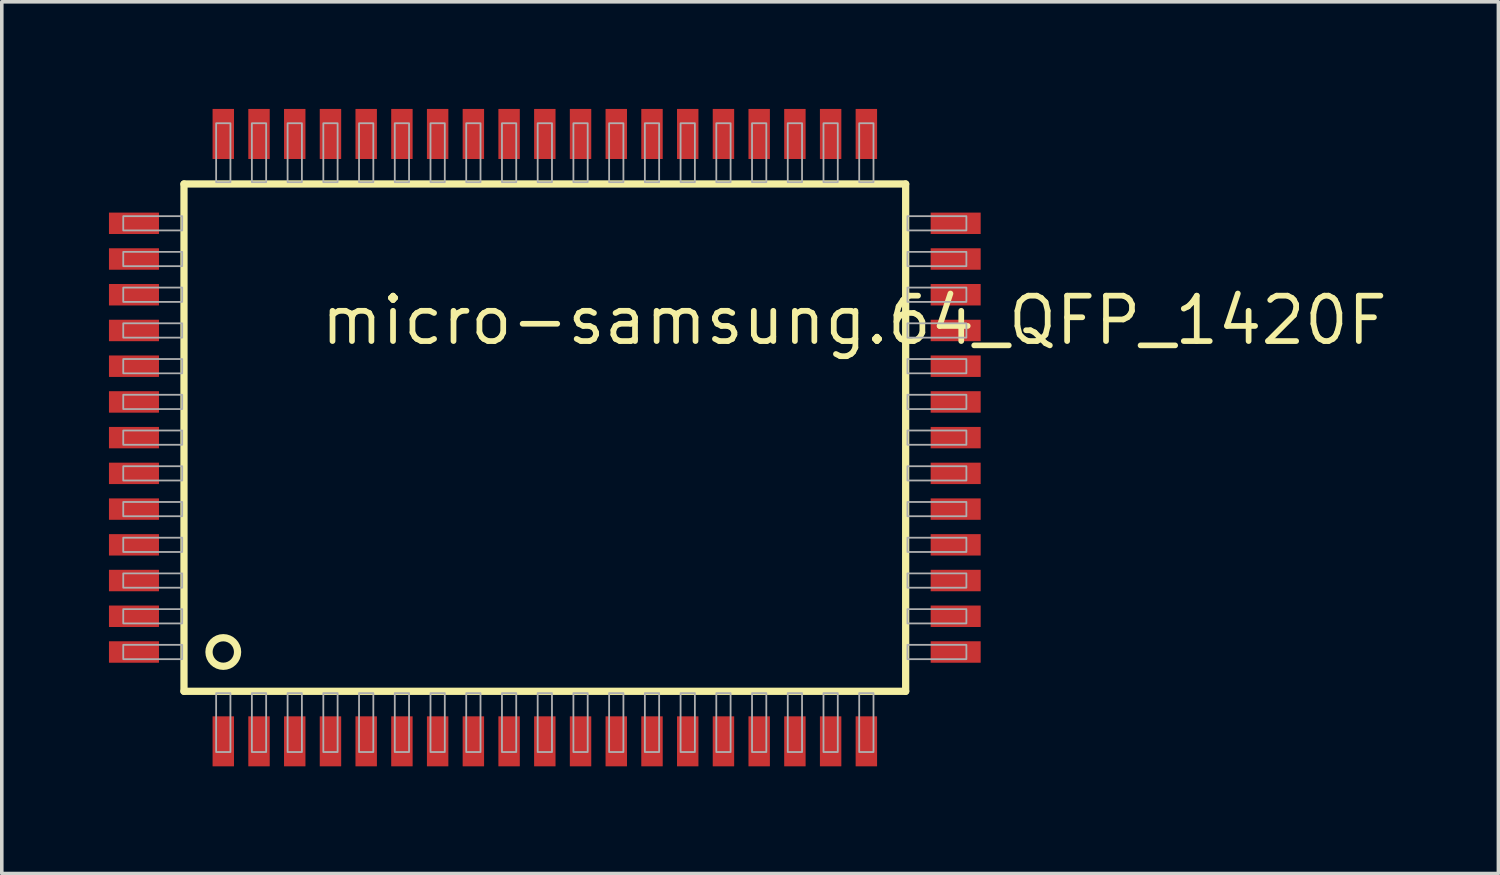
<source format=kicad_pcb>
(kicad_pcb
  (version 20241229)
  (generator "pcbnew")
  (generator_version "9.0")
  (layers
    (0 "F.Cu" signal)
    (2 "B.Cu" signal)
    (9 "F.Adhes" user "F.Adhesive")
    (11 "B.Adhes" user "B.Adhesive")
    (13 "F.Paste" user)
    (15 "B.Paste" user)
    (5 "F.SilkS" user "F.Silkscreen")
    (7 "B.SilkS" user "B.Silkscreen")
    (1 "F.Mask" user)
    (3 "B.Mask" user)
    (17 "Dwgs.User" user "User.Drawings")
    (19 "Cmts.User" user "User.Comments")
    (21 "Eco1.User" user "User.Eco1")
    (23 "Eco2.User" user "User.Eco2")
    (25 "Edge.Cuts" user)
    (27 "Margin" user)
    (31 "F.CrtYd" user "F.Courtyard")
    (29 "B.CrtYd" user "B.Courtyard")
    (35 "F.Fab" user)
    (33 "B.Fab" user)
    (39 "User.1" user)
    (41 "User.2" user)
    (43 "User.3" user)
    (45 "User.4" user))
  (footprint "micro-samsung.64_QFP_1420F"
    (layer "F.Cu")
    (at 12.2 9.2)
    (property "Reference" "micro-samsung.64_QFP_1420F" (at -6.35 -2.54 0) (layer "F.SilkS") (effects (font (size 1.27 1.27) (thickness 0.16)) (justify left bottom)))
    (attr smd)
    (fp_line (start -10.1 -7.1) (end 10.1 -7.1) (stroke (width 0.203) (type default)) (layer "F.SilkS"))
    (fp_line (start -10.1 7.1) (end -10.1 -7.1) (stroke (width 0.203) (type default)) (layer "F.SilkS"))
    (fp_line (start 10.1 -7.1) (end 10.1 7.1) (stroke (width 0.203) (type default)) (layer "F.SilkS"))
    (fp_line (start 10.1 7.1) (end -10.1 7.1) (stroke (width 0.203) (type default)) (layer "F.SilkS"))
    (fp_circle (center -9 6) (end -8.6 6) (stroke (width 0.203) (type default)) (fill no) (layer "F.SilkS"))
    (fp_rect (start -11.8 -5.8) (end -10.15 -6.2) (stroke (width 0.05) (type default)) (fill no) (layer "F.Fab"))
    (fp_rect (start -11.8 -4.8) (end -10.15 -5.2) (stroke (width 0.05) (type default)) (fill no) (layer "F.Fab"))
    (fp_rect (start -11.8 -3.8) (end -10.15 -4.2) (stroke (width 0.05) (type default)) (fill no) (layer "F.Fab"))
    (fp_rect (start -11.8 -2.8) (end -10.15 -3.2) (stroke (width 0.05) (type default)) (fill no) (layer "F.Fab"))
    (fp_rect (start -11.8 -1.8) (end -10.15 -2.2) (stroke (width 0.05) (type default)) (fill no) (layer "F.Fab"))
    (fp_rect (start -11.8 -0.8) (end -10.15 -1.2) (stroke (width 0.05) (type default)) (fill no) (layer "F.Fab"))
    (fp_rect (start -11.8 0.2) (end -10.15 -0.2) (stroke (width 0.05) (type default)) (fill no) (layer "F.Fab"))
    (fp_rect (start -11.8 1.2) (end -10.15 0.8) (stroke (width 0.05) (type default)) (fill no) (layer "F.Fab"))
    (fp_rect (start -11.8 2.2) (end -10.15 1.8) (stroke (width 0.05) (type default)) (fill no) (layer "F.Fab"))
    (fp_rect (start -11.8 3.2) (end -10.15 2.8) (stroke (width 0.05) (type default)) (fill no) (layer "F.Fab"))
    (fp_rect (start -11.8 4.2) (end -10.15 3.8) (stroke (width 0.05) (type default)) (fill no) (layer "F.Fab"))
    (fp_rect (start -11.8 5.2) (end -10.15 4.8) (stroke (width 0.05) (type default)) (fill no) (layer "F.Fab"))
    (fp_rect (start -11.8 6.2) (end -10.15 5.8) (stroke (width 0.05) (type default)) (fill no) (layer "F.Fab"))
    (fp_rect (start -9.2 -7.15) (end -8.8 -8.8) (stroke (width 0.05) (type default)) (fill no) (layer "F.Fab"))
    (fp_rect (start -9.2 8.8) (end -8.8 7.15) (stroke (width 0.05) (type default)) (fill no) (layer "F.Fab"))
    (fp_rect (start -8.2 -7.15) (end -7.8 -8.8) (stroke (width 0.05) (type default)) (fill no) (layer "F.Fab"))
    (fp_rect (start -8.2 8.8) (end -7.8 7.15) (stroke (width 0.05) (type default)) (fill no) (layer "F.Fab"))
    (fp_rect (start -7.2 -7.15) (end -6.8 -8.8) (stroke (width 0.05) (type default)) (fill no) (layer "F.Fab"))
    (fp_rect (start -7.2 8.8) (end -6.8 7.15) (stroke (width 0.05) (type default)) (fill no) (layer "F.Fab"))
    (fp_rect (start -6.2 -7.15) (end -5.8 -8.8) (stroke (width 0.05) (type default)) (fill no) (layer "F.Fab"))
    (fp_rect (start -6.2 8.8) (end -5.8 7.15) (stroke (width 0.05) (type default)) (fill no) (layer "F.Fab"))
    (fp_rect (start -5.2 -7.15) (end -4.8 -8.8) (stroke (width 0.05) (type default)) (fill no) (layer "F.Fab"))
    (fp_rect (start -5.2 8.8) (end -4.8 7.15) (stroke (width 0.05) (type default)) (fill no) (layer "F.Fab"))
    (fp_rect (start -4.2 -7.15) (end -3.8 -8.8) (stroke (width 0.05) (type default)) (fill no) (layer "F.Fab"))
    (fp_rect (start -4.2 8.8) (end -3.8 7.15) (stroke (width 0.05) (type default)) (fill no) (layer "F.Fab"))
    (fp_rect (start -3.2 -7.15) (end -2.8 -8.8) (stroke (width 0.05) (type default)) (fill no) (layer "F.Fab"))
    (fp_rect (start -3.2 8.8) (end -2.8 7.15) (stroke (width 0.05) (type default)) (fill no) (layer "F.Fab"))
    (fp_rect (start -2.2 -7.15) (end -1.8 -8.8) (stroke (width 0.05) (type default)) (fill no) (layer "F.Fab"))
    (fp_rect (start -2.2 8.8) (end -1.8 7.15) (stroke (width 0.05) (type default)) (fill no) (layer "F.Fab"))
    (fp_rect (start -1.2 -7.15) (end -0.8 -8.8) (stroke (width 0.05) (type default)) (fill no) (layer "F.Fab"))
    (fp_rect (start -1.2 8.8) (end -0.8 7.15) (stroke (width 0.05) (type default)) (fill no) (layer "F.Fab"))
    (fp_rect (start -0.2 -7.15) (end 0.2 -8.8) (stroke (width 0.05) (type default)) (fill no) (layer "F.Fab"))
    (fp_rect (start -0.2 8.8) (end 0.2 7.15) (stroke (width 0.05) (type default)) (fill no) (layer "F.Fab"))
    (fp_rect (start 0.8 -7.15) (end 1.2 -8.8) (stroke (width 0.05) (type default)) (fill no) (layer "F.Fab"))
    (fp_rect (start 0.8 8.8) (end 1.2 7.15) (stroke (width 0.05) (type default)) (fill no) (layer "F.Fab"))
    (fp_rect (start 1.8 -7.15) (end 2.2 -8.8) (stroke (width 0.05) (type default)) (fill no) (layer "F.Fab"))
    (fp_rect (start 1.8 8.8) (end 2.2 7.15) (stroke (width 0.05) (type default)) (fill no) (layer "F.Fab"))
    (fp_rect (start 2.8 -7.15) (end 3.2 -8.8) (stroke (width 0.05) (type default)) (fill no) (layer "F.Fab"))
    (fp_rect (start 2.8 8.8) (end 3.2 7.15) (stroke (width 0.05) (type default)) (fill no) (layer "F.Fab"))
    (fp_rect (start 3.8 -7.15) (end 4.2 -8.8) (stroke (width 0.05) (type default)) (fill no) (layer "F.Fab"))
    (fp_rect (start 3.8 8.8) (end 4.2 7.15) (stroke (width 0.05) (type default)) (fill no) (layer "F.Fab"))
    (fp_rect (start 4.8 -7.15) (end 5.2 -8.8) (stroke (width 0.05) (type default)) (fill no) (layer "F.Fab"))
    (fp_rect (start 4.8 8.8) (end 5.2 7.15) (stroke (width 0.05) (type default)) (fill no) (layer "F.Fab"))
    (fp_rect (start 5.8 -7.15) (end 6.2 -8.8) (stroke (width 0.05) (type default)) (fill no) (layer "F.Fab"))
    (fp_rect (start 5.8 8.8) (end 6.2 7.15) (stroke (width 0.05) (type default)) (fill no) (layer "F.Fab"))
    (fp_rect (start 6.8 -7.15) (end 7.2 -8.8) (stroke (width 0.05) (type default)) (fill no) (layer "F.Fab"))
    (fp_rect (start 6.8 8.8) (end 7.2 7.15) (stroke (width 0.05) (type default)) (fill no) (layer "F.Fab"))
    (fp_rect (start 7.8 -7.15) (end 8.2 -8.8) (stroke (width 0.05) (type default)) (fill no) (layer "F.Fab"))
    (fp_rect (start 7.8 8.8) (end 8.2 7.15) (stroke (width 0.05) (type default)) (fill no) (layer "F.Fab"))
    (fp_rect (start 8.8 -7.15) (end 9.2 -8.8) (stroke (width 0.05) (type default)) (fill no) (layer "F.Fab"))
    (fp_rect (start 8.8 8.8) (end 9.2 7.15) (stroke (width 0.05) (type default)) (fill no) (layer "F.Fab"))
    (fp_rect (start 10.15 -5.8) (end 11.8 -6.2) (stroke (width 0.05) (type default)) (fill no) (layer "F.Fab"))
    (fp_rect (start 10.15 -4.8) (end 11.8 -5.2) (stroke (width 0.05) (type default)) (fill no) (layer "F.Fab"))
    (fp_rect (start 10.15 -3.8) (end 11.8 -4.2) (stroke (width 0.05) (type default)) (fill no) (layer "F.Fab"))
    (fp_rect (start 10.15 -2.8) (end 11.8 -3.2) (stroke (width 0.05) (type default)) (fill no) (layer "F.Fab"))
    (fp_rect (start 10.15 -1.8) (end 11.8 -2.2) (stroke (width 0.05) (type default)) (fill no) (layer "F.Fab"))
    (fp_rect (start 10.15 -0.8) (end 11.8 -1.2) (stroke (width 0.05) (type default)) (fill no) (layer "F.Fab"))
    (fp_rect (start 10.15 0.2) (end 11.8 -0.2) (stroke (width 0.05) (type default)) (fill no) (layer "F.Fab"))
    (fp_rect (start 10.15 1.2) (end 11.8 0.8) (stroke (width 0.05) (type default)) (fill no) (layer "F.Fab"))
    (fp_rect (start 10.15 2.2) (end 11.8 1.8) (stroke (width 0.05) (type default)) (fill no) (layer "F.Fab"))
    (fp_rect (start 10.15 3.2) (end 11.8 2.8) (stroke (width 0.05) (type default)) (fill no) (layer "F.Fab"))
    (fp_rect (start 10.15 4.2) (end 11.8 3.8) (stroke (width 0.05) (type default)) (fill no) (layer "F.Fab"))
    (fp_rect (start 10.15 5.2) (end 11.8 4.8) (stroke (width 0.05) (type default)) (fill no) (layer "F.Fab"))
    (fp_rect (start 10.15 6.2) (end 11.8 5.8) (stroke (width 0.05) (type default)) (fill no) (layer "F.Fab"))
    (pad "1" smd roundrect (at -9 8.5) (size 0.6 1.4) (layers "F.Cu" "F.Mask" "F.Paste") (roundrect_rratio 0.01))
    (pad "2" smd roundrect (at -8 8.5) (size 0.6 1.4) (layers "F.Cu" "F.Mask" "F.Paste") (roundrect_rratio 0.01))
    (pad "3" smd roundrect (at -7 8.5) (size 0.6 1.4) (layers "F.Cu" "F.Mask" "F.Paste") (roundrect_rratio 0.01))
    (pad "4" smd roundrect (at -6 8.5) (size 0.6 1.4) (layers "F.Cu" "F.Mask" "F.Paste") (roundrect_rratio 0.01))
    (pad "5" smd roundrect (at -5 8.5) (size 0.6 1.4) (layers "F.Cu" "F.Mask" "F.Paste") (roundrect_rratio 0.01))
    (pad "6" smd roundrect (at -4 8.5) (size 0.6 1.4) (layers "F.Cu" "F.Mask" "F.Paste") (roundrect_rratio 0.01))
    (pad "7" smd roundrect (at -3 8.5) (size 0.6 1.4) (layers "F.Cu" "F.Mask" "F.Paste") (roundrect_rratio 0.01))
    (pad "8" smd roundrect (at -2 8.5) (size 0.6 1.4) (layers "F.Cu" "F.Mask" "F.Paste") (roundrect_rratio 0.01))
    (pad "9" smd roundrect (at -1 8.5) (size 0.6 1.4) (layers "F.Cu" "F.Mask" "F.Paste") (roundrect_rratio 0.01))
    (pad "10" smd roundrect (at 0 8.5) (size 0.6 1.4) (layers "F.Cu" "F.Mask" "F.Paste") (roundrect_rratio 0.01))
    (pad "11" smd roundrect (at 1 8.5) (size 0.6 1.4) (layers "F.Cu" "F.Mask" "F.Paste") (roundrect_rratio 0.01))
    (pad "12" smd roundrect (at 2 8.5) (size 0.6 1.4) (layers "F.Cu" "F.Mask" "F.Paste") (roundrect_rratio 0.01))
    (pad "13" smd roundrect (at 3 8.5) (size 0.6 1.4) (layers "F.Cu" "F.Mask" "F.Paste") (roundrect_rratio 0.01))
    (pad "14" smd roundrect (at 4 8.5) (size 0.6 1.4) (layers "F.Cu" "F.Mask" "F.Paste") (roundrect_rratio 0.01))
    (pad "15" smd roundrect (at 5 8.5) (size 0.6 1.4) (layers "F.Cu" "F.Mask" "F.Paste") (roundrect_rratio 0.01))
    (pad "16" smd roundrect (at 6 8.5) (size 0.6 1.4) (layers "F.Cu" "F.Mask" "F.Paste") (roundrect_rratio 0.01))
    (pad "17" smd roundrect (at 7 8.5) (size 0.6 1.4) (layers "F.Cu" "F.Mask" "F.Paste") (roundrect_rratio 0.01))
    (pad "18" smd roundrect (at 8 8.5) (size 0.6 1.4) (layers "F.Cu" "F.Mask" "F.Paste") (roundrect_rratio 0.01))
    (pad "19" smd roundrect (at 9 8.5) (size 0.6 1.4) (layers "F.Cu" "F.Mask" "F.Paste") (roundrect_rratio 0.01))
    (pad "20" smd roundrect (at 11.5 6) (size 1.4 0.6) (layers "F.Cu" "F.Mask" "F.Paste") (roundrect_rratio 0.01))
    (pad "21" smd roundrect (at 11.5 5) (size 1.4 0.6) (layers "F.Cu" "F.Mask" "F.Paste") (roundrect_rratio 0.01))
    (pad "22" smd roundrect (at 11.5 4) (size 1.4 0.6) (layers "F.Cu" "F.Mask" "F.Paste") (roundrect_rratio 0.01))
    (pad "23" smd roundrect (at 11.5 3) (size 1.4 0.6) (layers "F.Cu" "F.Mask" "F.Paste") (roundrect_rratio 0.01))
    (pad "24" smd roundrect (at 11.5 2) (size 1.4 0.6) (layers "F.Cu" "F.Mask" "F.Paste") (roundrect_rratio 0.01))
    (pad "25" smd roundrect (at 11.5 1) (size 1.4 0.6) (layers "F.Cu" "F.Mask" "F.Paste") (roundrect_rratio 0.01))
    (pad "26" smd roundrect (at 11.5 0) (size 1.4 0.6) (layers "F.Cu" "F.Mask" "F.Paste") (roundrect_rratio 0.01))
    (pad "27" smd roundrect (at 11.5 -1) (size 1.4 0.6) (layers "F.Cu" "F.Mask" "F.Paste") (roundrect_rratio 0.01))
    (pad "28" smd roundrect (at 11.5 -2) (size 1.4 0.6) (layers "F.Cu" "F.Mask" "F.Paste") (roundrect_rratio 0.01))
    (pad "29" smd roundrect (at 11.5 -3) (size 1.4 0.6) (layers "F.Cu" "F.Mask" "F.Paste") (roundrect_rratio 0.01))
    (pad "30" smd roundrect (at 11.5 -4) (size 1.4 0.6) (layers "F.Cu" "F.Mask" "F.Paste") (roundrect_rratio 0.01))
    (pad "31" smd roundrect (at 11.5 -5) (size 1.4 0.6) (layers "F.Cu" "F.Mask" "F.Paste") (roundrect_rratio 0.01))
    (pad "32" smd roundrect (at 11.5 -6) (size 1.4 0.6) (layers "F.Cu" "F.Mask" "F.Paste") (roundrect_rratio 0.01))
    (pad "33" smd roundrect (at 9 -8.5) (size 0.6 1.4) (layers "F.Cu" "F.Mask" "F.Paste") (roundrect_rratio 0.01))
    (pad "34" smd roundrect (at 8 -8.5) (size 0.6 1.4) (layers "F.Cu" "F.Mask" "F.Paste") (roundrect_rratio 0.01))
    (pad "35" smd roundrect (at 7 -8.5) (size 0.6 1.4) (layers "F.Cu" "F.Mask" "F.Paste") (roundrect_rratio 0.01))
    (pad "36" smd roundrect (at 6 -8.5) (size 0.6 1.4) (layers "F.Cu" "F.Mask" "F.Paste") (roundrect_rratio 0.01))
    (pad "37" smd roundrect (at 5 -8.5) (size 0.6 1.4) (layers "F.Cu" "F.Mask" "F.Paste") (roundrect_rratio 0.01))
    (pad "38" smd roundrect (at 4 -8.5) (size 0.6 1.4) (layers "F.Cu" "F.Mask" "F.Paste") (roundrect_rratio 0.01))
    (pad "39" smd roundrect (at 3 -8.5) (size 0.6 1.4) (layers "F.Cu" "F.Mask" "F.Paste") (roundrect_rratio 0.01))
    (pad "40" smd roundrect (at 2 -8.5) (size 0.6 1.4) (layers "F.Cu" "F.Mask" "F.Paste") (roundrect_rratio 0.01))
    (pad "41" smd roundrect (at 1 -8.5) (size 0.6 1.4) (layers "F.Cu" "F.Mask" "F.Paste") (roundrect_rratio 0.01))
    (pad "42" smd roundrect (at 0 -8.5) (size 0.6 1.4) (layers "F.Cu" "F.Mask" "F.Paste") (roundrect_rratio 0.01))
    (pad "43" smd roundrect (at -1 -8.5) (size 0.6 1.4) (layers "F.Cu" "F.Mask" "F.Paste") (roundrect_rratio 0.01))
    (pad "44" smd roundrect (at -2 -8.5) (size 0.6 1.4) (layers "F.Cu" "F.Mask" "F.Paste") (roundrect_rratio 0.01))
    (pad "45" smd roundrect (at -3 -8.5) (size 0.6 1.4) (layers "F.Cu" "F.Mask" "F.Paste") (roundrect_rratio 0.01))
    (pad "46" smd roundrect (at -4 -8.5) (size 0.6 1.4) (layers "F.Cu" "F.Mask" "F.Paste") (roundrect_rratio 0.01))
    (pad "47" smd roundrect (at -5 -8.5) (size 0.6 1.4) (layers "F.Cu" "F.Mask" "F.Paste") (roundrect_rratio 0.01))
    (pad "48" smd roundrect (at -6 -8.5) (size 0.6 1.4) (layers "F.Cu" "F.Mask" "F.Paste") (roundrect_rratio 0.01))
    (pad "49" smd roundrect (at -7 -8.5) (size 0.6 1.4) (layers "F.Cu" "F.Mask" "F.Paste") (roundrect_rratio 0.01))
    (pad "50" smd roundrect (at -8 -8.5) (size 0.6 1.4) (layers "F.Cu" "F.Mask" "F.Paste") (roundrect_rratio 0.01))
    (pad "51" smd roundrect (at -9 -8.5) (size 0.6 1.4) (layers "F.Cu" "F.Mask" "F.Paste") (roundrect_rratio 0.01))
    (pad "52" smd roundrect (at -11.5 -6) (size 1.4 0.6) (layers "F.Cu" "F.Mask" "F.Paste") (roundrect_rratio 0.01))
    (pad "53" smd roundrect (at -11.5 -5) (size 1.4 0.6) (layers "F.Cu" "F.Mask" "F.Paste") (roundrect_rratio 0.01))
    (pad "54" smd roundrect (at -11.5 -4) (size 1.4 0.6) (layers "F.Cu" "F.Mask" "F.Paste") (roundrect_rratio 0.01))
    (pad "55" smd roundrect (at -11.5 -3) (size 1.4 0.6) (layers "F.Cu" "F.Mask" "F.Paste") (roundrect_rratio 0.01))
    (pad "56" smd roundrect (at -11.5 -2) (size 1.4 0.6) (layers "F.Cu" "F.Mask" "F.Paste") (roundrect_rratio 0.01))
    (pad "57" smd roundrect (at -11.5 -1) (size 1.4 0.6) (layers "F.Cu" "F.Mask" "F.Paste") (roundrect_rratio 0.01))
    (pad "58" smd roundrect (at -11.5 0) (size 1.4 0.6) (layers "F.Cu" "F.Mask" "F.Paste") (roundrect_rratio 0.01))
    (pad "59" smd roundrect (at -11.5 1) (size 1.4 0.6) (layers "F.Cu" "F.Mask" "F.Paste") (roundrect_rratio 0.01))
    (pad "60" smd roundrect (at -11.5 2) (size 1.4 0.6) (layers "F.Cu" "F.Mask" "F.Paste") (roundrect_rratio 0.01))
    (pad "61" smd roundrect (at -11.5 3) (size 1.4 0.6) (layers "F.Cu" "F.Mask" "F.Paste") (roundrect_rratio 0.01))
    (pad "62" smd roundrect (at -11.5 4) (size 1.4 0.6) (layers "F.Cu" "F.Mask" "F.Paste") (roundrect_rratio 0.01))
    (pad "63" smd roundrect (at -11.5 5) (size 1.4 0.6) (layers "F.Cu" "F.Mask" "F.Paste") (roundrect_rratio 0.01))
    (pad "64" smd roundrect (at -11.5 6) (size 1.4 0.6) (layers "F.Cu" "F.Mask" "F.Paste") (roundrect_rratio 0.01)))
  (gr_rect
    (start -3 -3)
    (end 38.891 21.4)
    (stroke (width 0.1) (type default))
    (fill no)
    (layer "Edge.Cuts")))
</source>
